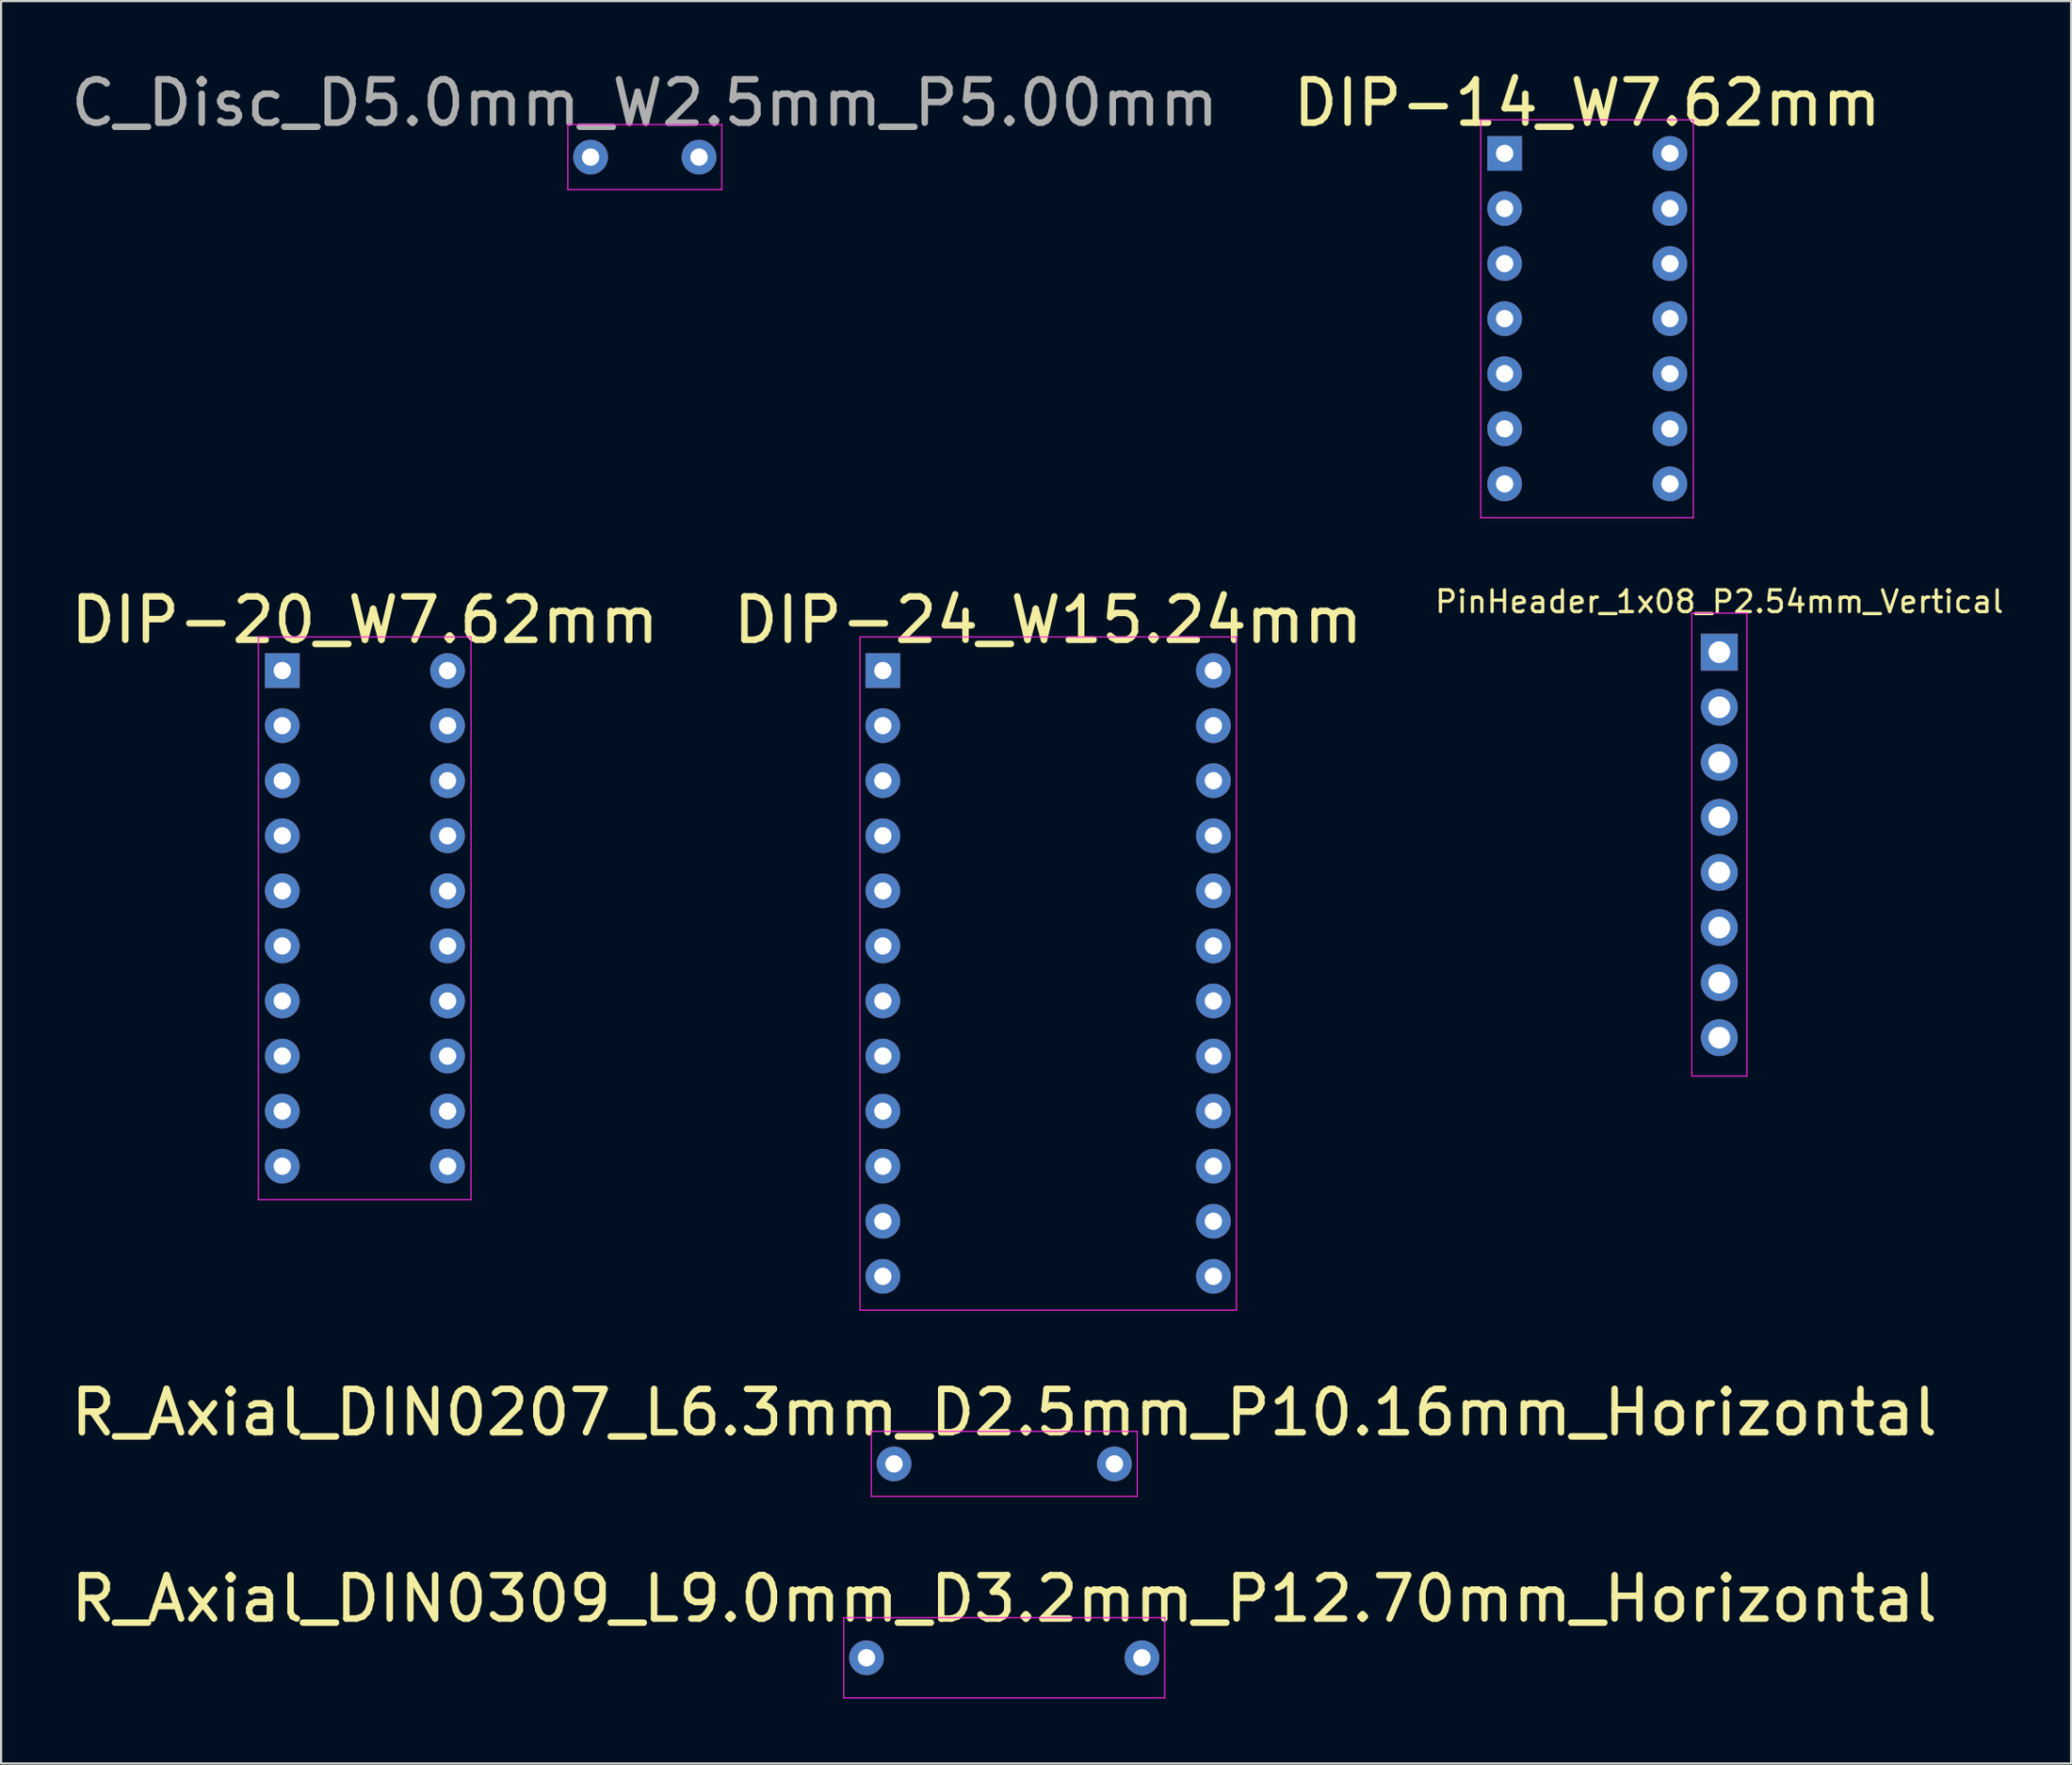
<source format=kicad_pcb>
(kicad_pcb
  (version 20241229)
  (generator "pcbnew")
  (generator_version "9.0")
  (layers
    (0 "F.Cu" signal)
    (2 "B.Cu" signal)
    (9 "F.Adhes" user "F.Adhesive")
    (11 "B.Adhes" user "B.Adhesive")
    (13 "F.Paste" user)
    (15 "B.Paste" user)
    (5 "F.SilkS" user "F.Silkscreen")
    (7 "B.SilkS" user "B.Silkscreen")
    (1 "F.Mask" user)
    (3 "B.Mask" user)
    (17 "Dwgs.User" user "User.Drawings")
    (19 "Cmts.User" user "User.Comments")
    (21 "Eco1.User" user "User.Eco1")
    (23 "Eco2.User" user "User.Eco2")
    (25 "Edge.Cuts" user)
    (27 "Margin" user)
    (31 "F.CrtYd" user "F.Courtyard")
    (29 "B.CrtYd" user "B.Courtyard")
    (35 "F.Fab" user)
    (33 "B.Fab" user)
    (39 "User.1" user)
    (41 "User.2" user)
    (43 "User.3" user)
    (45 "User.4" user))
  (footprint "PinHeader_1x08_P2.54mm_Vertical"
    (layer "F.Cu")
    (at 76.22 27.03)
    (property "Reference" "PinHeader_1x08_P2.54mm_Vertical" (at 0 -2.33 0) (layer "F.SilkS") (effects (font (size 1 1) (thickness 0.15))))
    (attr through_hole)
    (fp_line (start -1.27 -1.8) (end -1.27 19.55) (stroke (width 0.05) (type solid)) (layer "F.CrtYd"))
    (fp_line (start -1.27 19.55) (end 1.27 19.55) (stroke (width 0.05) (type solid)) (layer "F.CrtYd"))
    (fp_line (start 1.27 -1.8) (end -1.27 -1.8) (stroke (width 0.05) (type solid)) (layer "F.CrtYd"))
    (fp_line (start 1.27 19.55) (end 1.27 -1.8) (stroke (width 0.05) (type solid)) (layer "F.CrtYd"))
    (pad "1" thru_hole rect (at 0 0) (size 1.7 1.7) (drill 1) (layers "*.Cu" "*.Mask"))
    (pad "2" thru_hole oval (at 0 2.54) (size 1.7 1.7) (drill 1) (layers "*.Cu" "*.Mask"))
    (pad "3" thru_hole oval (at 0 5.08) (size 1.7 1.7) (drill 1) (layers "*.Cu" "*.Mask"))
    (pad "4" thru_hole oval (at 0 7.62) (size 1.7 1.7) (drill 1) (layers "*.Cu" "*.Mask"))
    (pad "5" thru_hole oval (at 0 10.16) (size 1.7 1.7) (drill 1) (layers "*.Cu" "*.Mask"))
    (pad "6" thru_hole oval (at 0 12.7) (size 1.7 1.7) (drill 1) (layers "*.Cu" "*.Mask"))
    (pad "7" thru_hole oval (at 0 15.24) (size 1.7 1.7) (drill 1) (layers "*.Cu" "*.Mask"))
    (pad "8" thru_hole oval (at 0 17.78) (size 1.7 1.7) (drill 1) (layers "*.Cu" "*.Mask")))
  (footprint "C_Disc_D5.0mm_W2.5mm_P5.00mm"
    (layer "F.Cu")
    (at 24.179 4.197)
    (property "Reference" "C_Disc_D5.0mm_W2.5mm_P5.00mm" (at 2.5 -2.5 0) (layer "F.Fab") (effects (font (size 2 2) (thickness 0.3))))
    (attr through_hole)
    (fp_line (start -1.05 -1.5) (end -1.05 1.5) (stroke (width 0.05) (type solid)) (layer "F.CrtYd"))
    (fp_line (start -1.05 1.5) (end 6.05 1.5) (stroke (width 0.05) (type solid)) (layer "F.CrtYd"))
    (fp_line (start 6.05 -1.5) (end -1.05 -1.5) (stroke (width 0.05) (type solid)) (layer "F.CrtYd"))
    (fp_line (start 6.05 1.5) (end 6.05 -1.5) (stroke (width 0.05) (type solid)) (layer "F.CrtYd"))
    (pad "1" thru_hole circle (at 0 0) (size 1.6 1.6) (drill 0.8) (layers "*.Cu" "*.Mask"))
    (pad "2" thru_hole circle (at 5 0) (size 1.6 1.6) (drill 0.8) (layers "*.Cu" "*.Mask")))
  (footprint "R_Axial_DIN0207_L6.3mm_D2.5mm_P10.16mm_Horizontal"
    (layer "F.Cu")
    (at 38.17 64.469)
    (property "Reference" "R_Axial_DIN0207_L6.3mm_D2.5mm_P10.16mm_Horizontal" (at 5.08 -2.37 0) (layer "F.SilkS") (effects (font (size 2 2) (thickness 0.3))))
    (attr through_hole)
    (fp_line (start -1.05 -1.5) (end -1.05 1.5) (stroke (width 0.05) (type solid)) (layer "F.CrtYd"))
    (fp_line (start -1.05 1.5) (end 11.21 1.5) (stroke (width 0.05) (type solid)) (layer "F.CrtYd"))
    (fp_line (start 11.21 -1.5) (end -1.05 -1.5) (stroke (width 0.05) (type solid)) (layer "F.CrtYd"))
    (fp_line (start 11.21 1.5) (end 11.21 -1.5) (stroke (width 0.05) (type solid)) (layer "F.CrtYd"))
    (pad "1" thru_hole circle (at 0 0) (size 1.6 1.6) (drill 0.8) (layers "*.Cu" "*.Mask"))
    (pad "2" thru_hole oval (at 10.16 0) (size 1.6 1.6) (drill 0.8) (layers "*.Cu" "*.Mask")))
  (footprint "DIP-20_W7.62mm"
    (layer "F.Cu")
    (at 9.964 27.878)
    (property "Reference" "DIP-20_W7.62mm" (at 3.81 -2.33 0) (layer "F.SilkS") (effects (font (size 2 2) (thickness 0.3))))
    (attr through_hole)
    (fp_line (start -1.1 -1.55) (end -1.1 24.4) (stroke (width 0.05) (type solid)) (layer "F.CrtYd"))
    (fp_line (start -1.1 24.4) (end 8.7 24.4) (stroke (width 0.05) (type solid)) (layer "F.CrtYd"))
    (fp_line (start 8.7 -1.55) (end -1.1 -1.55) (stroke (width 0.05) (type solid)) (layer "F.CrtYd"))
    (fp_line (start 8.7 24.4) (end 8.7 -1.55) (stroke (width 0.05) (type solid)) (layer "F.CrtYd"))
    (pad "1" thru_hole rect (at 0 0) (size 1.6 1.6) (drill 0.8) (layers "*.Cu" "*.Mask"))
    (pad "2" thru_hole oval (at 0 2.54) (size 1.6 1.6) (drill 0.8) (layers "*.Cu" "*.Mask"))
    (pad "3" thru_hole oval (at 0 5.08) (size 1.6 1.6) (drill 0.8) (layers "*.Cu" "*.Mask"))
    (pad "4" thru_hole oval (at 0 7.62) (size 1.6 1.6) (drill 0.8) (layers "*.Cu" "*.Mask"))
    (pad "5" thru_hole oval (at 0 10.16) (size 1.6 1.6) (drill 0.8) (layers "*.Cu" "*.Mask"))
    (pad "6" thru_hole oval (at 0 12.7) (size 1.6 1.6) (drill 0.8) (layers "*.Cu" "*.Mask"))
    (pad "7" thru_hole oval (at 0 15.24) (size 1.6 1.6) (drill 0.8) (layers "*.Cu" "*.Mask"))
    (pad "8" thru_hole oval (at 0 17.78) (size 1.6 1.6) (drill 0.8) (layers "*.Cu" "*.Mask"))
    (pad "9" thru_hole oval (at 0 20.32) (size 1.6 1.6) (drill 0.8) (layers "*.Cu" "*.Mask"))
    (pad "10" thru_hole oval (at 0 22.86) (size 1.6 1.6) (drill 0.8) (layers "*.Cu" "*.Mask"))
    (pad "11" thru_hole oval (at 7.62 22.86) (size 1.6 1.6) (drill 0.8) (layers "*.Cu" "*.Mask"))
    (pad "12" thru_hole oval (at 7.62 20.32) (size 1.6 1.6) (drill 0.8) (layers "*.Cu" "*.Mask"))
    (pad "13" thru_hole oval (at 7.62 17.78) (size 1.6 1.6) (drill 0.8) (layers "*.Cu" "*.Mask"))
    (pad "14" thru_hole oval (at 7.62 15.24) (size 1.6 1.6) (drill 0.8) (layers "*.Cu" "*.Mask"))
    (pad "15" thru_hole oval (at 7.62 12.7) (size 1.6 1.6) (drill 0.8) (layers "*.Cu" "*.Mask"))
    (pad "16" thru_hole oval (at 7.62 10.16) (size 1.6 1.6) (drill 0.8) (layers "*.Cu" "*.Mask"))
    (pad "17" thru_hole oval (at 7.62 7.62) (size 1.6 1.6) (drill 0.8) (layers "*.Cu" "*.Mask"))
    (pad "18" thru_hole oval (at 7.62 5.08) (size 1.6 1.6) (drill 0.8) (layers "*.Cu" "*.Mask"))
    (pad "19" thru_hole oval (at 7.62 2.54) (size 1.6 1.6) (drill 0.8) (layers "*.Cu" "*.Mask"))
    (pad "20" thru_hole oval (at 7.62 0) (size 1.6 1.6) (drill 0.8) (layers "*.Cu" "*.Mask")))
  (footprint "DIP-14_W7.62mm"
    (layer "F.Cu")
    (at 66.321 4.027)
    (property "Reference" "DIP-14_W7.62mm" (at 3.81 -2.33 0) (layer "F.SilkS") (effects (font (size 2 2) (thickness 0.3))))
    (attr through_hole)
    (fp_line (start -1.1 -1.55) (end -1.1 16.8) (stroke (width 0.05) (type solid)) (layer "F.CrtYd"))
    (fp_line (start -1.1 16.8) (end 8.7 16.8) (stroke (width 0.05) (type solid)) (layer "F.CrtYd"))
    (fp_line (start 8.7 -1.55) (end -1.1 -1.55) (stroke (width 0.05) (type solid)) (layer "F.CrtYd"))
    (fp_line (start 8.7 16.8) (end 8.7 -1.55) (stroke (width 0.05) (type solid)) (layer "F.CrtYd"))
    (pad "1" thru_hole rect (at 0 0) (size 1.6 1.6) (drill 0.8) (layers "*.Cu" "*.Mask"))
    (pad "2" thru_hole oval (at 0 2.54) (size 1.6 1.6) (drill 0.8) (layers "*.Cu" "*.Mask"))
    (pad "3" thru_hole oval (at 0 5.08) (size 1.6 1.6) (drill 0.8) (layers "*.Cu" "*.Mask"))
    (pad "4" thru_hole oval (at 0 7.62) (size 1.6 1.6) (drill 0.8) (layers "*.Cu" "*.Mask"))
    (pad "5" thru_hole oval (at 0 10.16) (size 1.6 1.6) (drill 0.8) (layers "*.Cu" "*.Mask"))
    (pad "6" thru_hole oval (at 0 12.7) (size 1.6 1.6) (drill 0.8) (layers "*.Cu" "*.Mask"))
    (pad "7" thru_hole oval (at 0 15.24) (size 1.6 1.6) (drill 0.8) (layers "*.Cu" "*.Mask"))
    (pad "8" thru_hole oval (at 7.62 15.24) (size 1.6 1.6) (drill 0.8) (layers "*.Cu" "*.Mask"))
    (pad "9" thru_hole oval (at 7.62 12.7) (size 1.6 1.6) (drill 0.8) (layers "*.Cu" "*.Mask"))
    (pad "10" thru_hole oval (at 7.62 10.16) (size 1.6 1.6) (drill 0.8) (layers "*.Cu" "*.Mask"))
    (pad "11" thru_hole oval (at 7.62 7.62) (size 1.6 1.6) (drill 0.8) (layers "*.Cu" "*.Mask"))
    (pad "12" thru_hole oval (at 7.62 5.08) (size 1.6 1.6) (drill 0.8) (layers "*.Cu" "*.Mask"))
    (pad "13" thru_hole oval (at 7.62 2.54) (size 1.6 1.6) (drill 0.8) (layers "*.Cu" "*.Mask"))
    (pad "14" thru_hole oval (at 7.62 0) (size 1.6 1.6) (drill 0.8) (layers "*.Cu" "*.Mask")))
  (footprint "R_Axial_DIN0309_L9.0mm_D3.2mm_P12.70mm_Horizontal"
    (layer "F.Cu")
    (at 36.9 73.411)
    (property "Reference" "R_Axial_DIN0309_L9.0mm_D3.2mm_P12.70mm_Horizontal" (at 6.35 -2.72 0) (layer "F.SilkS") (effects (font (size 2 2) (thickness 0.3))))
    (attr through_hole)
    (fp_line (start -1.05 -1.85) (end -1.05 1.85) (stroke (width 0.05) (type solid)) (layer "F.CrtYd"))
    (fp_line (start -1.05 1.85) (end 13.75 1.85) (stroke (width 0.05) (type solid)) (layer "F.CrtYd"))
    (fp_line (start 13.75 -1.85) (end -1.05 -1.85) (stroke (width 0.05) (type solid)) (layer "F.CrtYd"))
    (fp_line (start 13.75 1.85) (end 13.75 -1.85) (stroke (width 0.05) (type solid)) (layer "F.CrtYd"))
    (pad "1" thru_hole circle (at 0 0) (size 1.6 1.6) (drill 0.8) (layers "*.Cu" "*.Mask"))
    (pad "2" thru_hole oval (at 12.7 0) (size 1.6 1.6) (drill 0.8) (layers "*.Cu" "*.Mask")))
  (footprint "DIP-24_W15.24mm"
    (layer "F.Cu")
    (at 37.654 27.878)
    (property "Reference" "DIP-24_W15.24mm" (at 7.62 -2.33 0) (layer "F.SilkS") (effects (font (size 2 2) (thickness 0.3))))
    (attr through_hole)
    (fp_line (start -1.05 -1.55) (end -1.05 29.5) (stroke (width 0.05) (type solid)) (layer "F.CrtYd"))
    (fp_line (start -1.05 29.5) (end 16.3 29.5) (stroke (width 0.05) (type solid)) (layer "F.CrtYd"))
    (fp_line (start 16.3 -1.55) (end -1.05 -1.55) (stroke (width 0.05) (type solid)) (layer "F.CrtYd"))
    (fp_line (start 16.3 29.5) (end 16.3 -1.55) (stroke (width 0.05) (type solid)) (layer "F.CrtYd"))
    (pad "1" thru_hole rect (at 0 0) (size 1.6 1.6) (drill 0.8) (layers "*.Cu" "*.Mask"))
    (pad "2" thru_hole oval (at 0 2.54) (size 1.6 1.6) (drill 0.8) (layers "*.Cu" "*.Mask"))
    (pad "3" thru_hole oval (at 0 5.08) (size 1.6 1.6) (drill 0.8) (layers "*.Cu" "*.Mask"))
    (pad "4" thru_hole oval (at 0 7.62) (size 1.6 1.6) (drill 0.8) (layers "*.Cu" "*.Mask"))
    (pad "5" thru_hole oval (at 0 10.16) (size 1.6 1.6) (drill 0.8) (layers "*.Cu" "*.Mask"))
    (pad "6" thru_hole oval (at 0 12.7) (size 1.6 1.6) (drill 0.8) (layers "*.Cu" "*.Mask"))
    (pad "7" thru_hole oval (at 0 15.24) (size 1.6 1.6) (drill 0.8) (layers "*.Cu" "*.Mask"))
    (pad "8" thru_hole oval (at 0 17.78) (size 1.6 1.6) (drill 0.8) (layers "*.Cu" "*.Mask"))
    (pad "9" thru_hole oval (at 0 20.32) (size 1.6 1.6) (drill 0.8) (layers "*.Cu" "*.Mask"))
    (pad "10" thru_hole oval (at 0 22.86) (size 1.6 1.6) (drill 0.8) (layers "*.Cu" "*.Mask"))
    (pad "11" thru_hole oval (at 0 25.4) (size 1.6 1.6) (drill 0.8) (layers "*.Cu" "*.Mask"))
    (pad "12" thru_hole oval (at 0 27.94) (size 1.6 1.6) (drill 0.8) (layers "*.Cu" "*.Mask"))
    (pad "13" thru_hole oval (at 15.24 27.94) (size 1.6 1.6) (drill 0.8) (layers "*.Cu" "*.Mask"))
    (pad "14" thru_hole oval (at 15.24 25.4) (size 1.6 1.6) (drill 0.8) (layers "*.Cu" "*.Mask"))
    (pad "15" thru_hole oval (at 15.24 22.86) (size 1.6 1.6) (drill 0.8) (layers "*.Cu" "*.Mask"))
    (pad "16" thru_hole oval (at 15.24 20.32) (size 1.6 1.6) (drill 0.8) (layers "*.Cu" "*.Mask"))
    (pad "17" thru_hole oval (at 15.24 17.78) (size 1.6 1.6) (drill 0.8) (layers "*.Cu" "*.Mask"))
    (pad "18" thru_hole oval (at 15.24 15.24) (size 1.6 1.6) (drill 0.8) (layers "*.Cu" "*.Mask"))
    (pad "19" thru_hole oval (at 15.24 12.7) (size 1.6 1.6) (drill 0.8) (layers "*.Cu" "*.Mask"))
    (pad "20" thru_hole oval (at 15.24 10.16) (size 1.6 1.6) (drill 0.8) (layers "*.Cu" "*.Mask"))
    (pad "21" thru_hole oval (at 15.24 7.62) (size 1.6 1.6) (drill 0.8) (layers "*.Cu" "*.Mask"))
    (pad "22" thru_hole oval (at 15.24 5.08) (size 1.6 1.6) (drill 0.8) (layers "*.Cu" "*.Mask"))
    (pad "23" thru_hole oval (at 15.24 2.54) (size 1.6 1.6) (drill 0.8) (layers "*.Cu" "*.Mask"))
    (pad "24" thru_hole oval (at 15.24 0) (size 1.6 1.6) (drill 0.8) (layers "*.Cu" "*.Mask")))
  (gr_rect
    (start -3 -3)
    (end 92.44 78.286)
    (stroke (width 0.1) (type default))
    (fill no)
    (layer "Edge.Cuts")))
</source>
